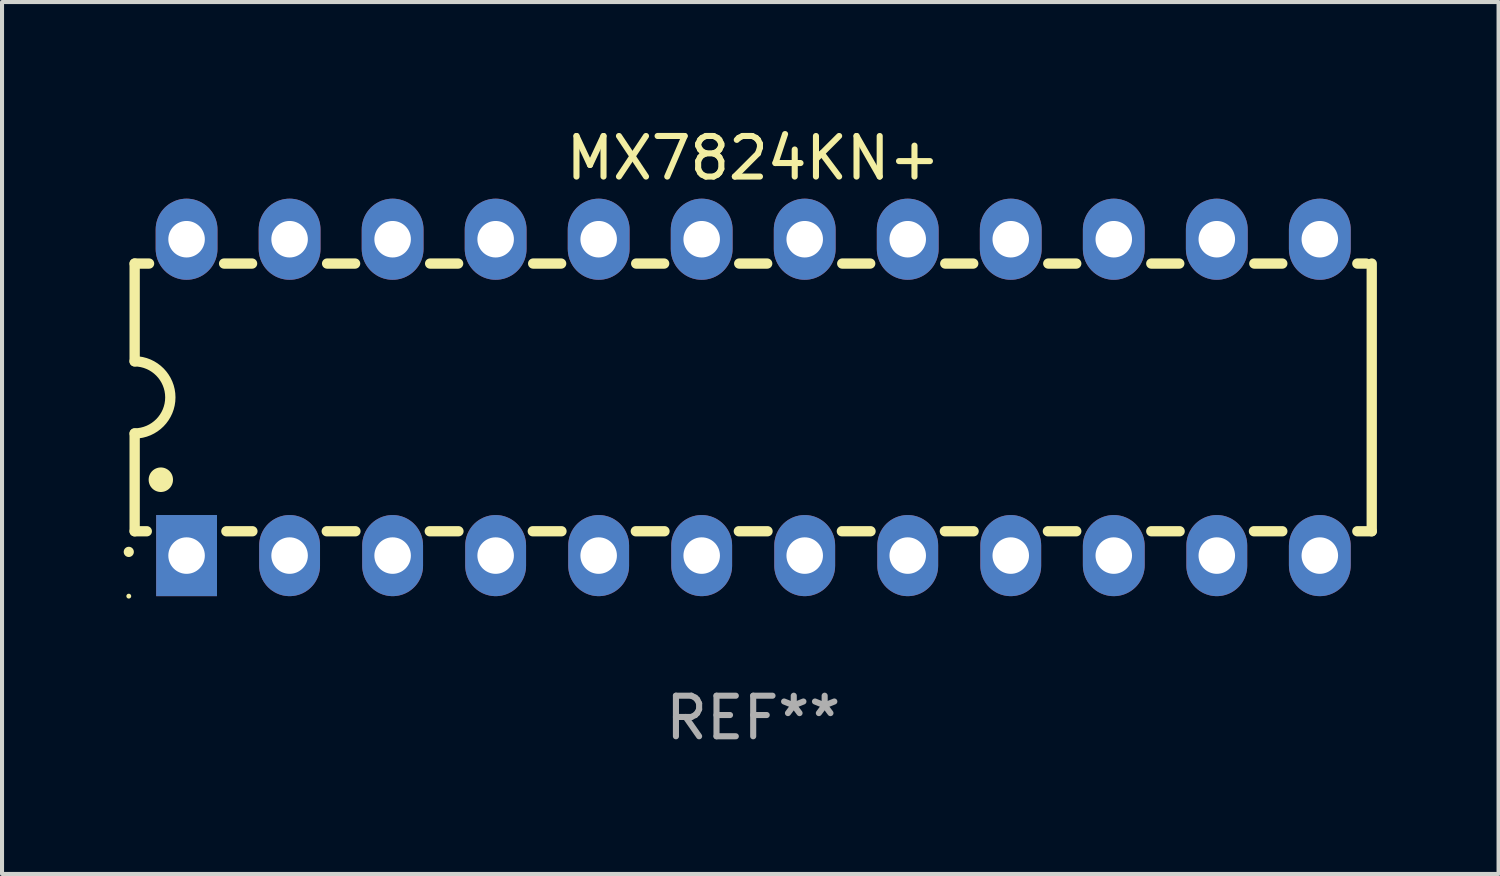
<source format=kicad_pcb>
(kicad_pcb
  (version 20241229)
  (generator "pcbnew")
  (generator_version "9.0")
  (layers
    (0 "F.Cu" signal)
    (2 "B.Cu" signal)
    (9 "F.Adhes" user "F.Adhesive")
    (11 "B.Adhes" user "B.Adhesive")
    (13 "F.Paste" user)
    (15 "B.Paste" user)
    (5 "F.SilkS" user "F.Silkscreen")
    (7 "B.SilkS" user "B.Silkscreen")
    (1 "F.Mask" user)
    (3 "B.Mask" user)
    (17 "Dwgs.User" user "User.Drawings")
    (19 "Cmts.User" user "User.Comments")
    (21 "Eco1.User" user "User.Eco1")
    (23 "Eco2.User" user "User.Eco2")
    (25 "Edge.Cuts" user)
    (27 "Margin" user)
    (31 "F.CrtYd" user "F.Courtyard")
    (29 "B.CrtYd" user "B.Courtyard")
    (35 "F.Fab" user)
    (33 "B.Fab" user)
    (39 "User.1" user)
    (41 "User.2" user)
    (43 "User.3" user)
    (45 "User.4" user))
  (footprint "MX7824KN+"
    (layer "F.Cu")
    (at 15.52 6.748)
    (property "Reference" "MX7824KN+" (at 0 -5.9 0) (layer "F.SilkS") (effects (font (size 1 1) (thickness 0.15))))
    (attr through_hole)
    (fp_line (start -15.25 -3.3) (end -15.25 -0.889) (stroke (width 0.254) (type solid)) (layer "F.SilkS"))
    (fp_line (start -15.25 -3.3) (end -14.895 -3.3) (stroke (width 0.254) (type solid)) (layer "F.SilkS"))
    (fp_line (start -15.25 3.3) (end -15.25 0.889) (stroke (width 0.254) (type solid)) (layer "F.SilkS"))
    (fp_line (start -15.25 3.3) (end -14.951 3.3) (stroke (width 0.254) (type solid)) (layer "F.SilkS"))
    (fp_line (start -13.045 -3.3) (end -12.355 -3.3) (stroke (width 0.254) (type solid)) (layer "F.SilkS"))
    (fp_line (start -12.989 3.3) (end -12.347 3.3) (stroke (width 0.254) (type solid)) (layer "F.SilkS"))
    (fp_line (start -10.514 3.3) (end -9.807 3.3) (stroke (width 0.254) (type solid)) (layer "F.SilkS"))
    (fp_line (start -10.505 -3.3) (end -9.815 -3.3) (stroke (width 0.254) (type solid)) (layer "F.SilkS"))
    (fp_line (start -7.974 3.3) (end -7.267 3.3) (stroke (width 0.254) (type solid)) (layer "F.SilkS"))
    (fp_line (start -7.965 -3.3) (end -7.275 -3.3) (stroke (width 0.254) (type solid)) (layer "F.SilkS"))
    (fp_line (start -5.434 3.3) (end -4.727 3.3) (stroke (width 0.254) (type solid)) (layer "F.SilkS"))
    (fp_line (start -5.425 -3.3) (end -4.735 -3.3) (stroke (width 0.254) (type solid)) (layer "F.SilkS"))
    (fp_line (start -2.894 3.3) (end -2.187 3.3) (stroke (width 0.254) (type solid)) (layer "F.SilkS"))
    (fp_line (start -2.885 -3.3) (end -2.195 -3.3) (stroke (width 0.254) (type solid)) (layer "F.SilkS"))
    (fp_line (start -0.354 3.3) (end 0.353 3.3) (stroke (width 0.254) (type solid)) (layer "F.SilkS"))
    (fp_line (start -0.345 -3.3) (end 0.345 -3.3) (stroke (width 0.254) (type solid)) (layer "F.SilkS"))
    (fp_line (start 2.186 3.3) (end 2.893 3.3) (stroke (width 0.254) (type solid)) (layer "F.SilkS"))
    (fp_line (start 2.195 -3.3) (end 2.885 -3.3) (stroke (width 0.254) (type solid)) (layer "F.SilkS"))
    (fp_line (start 4.726 3.3) (end 5.434 3.3) (stroke (width 0.254) (type solid)) (layer "F.SilkS"))
    (fp_line (start 4.735 -3.3) (end 5.425 -3.3) (stroke (width 0.254) (type solid)) (layer "F.SilkS"))
    (fp_line (start 7.266 3.3) (end 7.965 3.3) (stroke (width 0.254) (type solid)) (layer "F.SilkS"))
    (fp_line (start 7.275 -3.3) (end 7.965 -3.3) (stroke (width 0.254) (type solid)) (layer "F.SilkS"))
    (fp_line (start 9.815 -3.3) (end 10.505 -3.3) (stroke (width 0.254) (type solid)) (layer "F.SilkS"))
    (fp_line (start 9.815 3.3) (end 10.514 3.3) (stroke (width 0.254) (type solid)) (layer "F.SilkS"))
    (fp_line (start 12.346 3.3) (end 13.045 3.3) (stroke (width 0.254) (type solid)) (layer "F.SilkS"))
    (fp_line (start 12.355 -3.3) (end 13.045 -3.3) (stroke (width 0.254) (type solid)) (layer "F.SilkS"))
    (fp_line (start 14.895 -3.3) (end 15.113 -3.3) (stroke (width 0.254) (type solid)) (layer "F.SilkS"))
    (fp_line (start 14.895 3.3) (end 15.25 3.3) (stroke (width 0.254) (type solid)) (layer "F.SilkS"))
    (fp_line (start 15.25 -3.3) (end 15.25 3.3) (stroke (width 0.254) (type solid)) (layer "F.SilkS"))
    (fp_arc (start -15.394971 3.810033) (mid -15.394978 3.808763) (end -15.394971 3.807493) (stroke (width 0.25) (type solid)) (layer "F.SilkS"))
    (fp_arc (start -15.251053 -0.890146) (mid -14.361467 -0.001067) (end -15.250038 0.889027) (stroke (width 0.254001) (type solid)) (layer "F.SilkS"))
    (fp_arc (start -14.605029 2.032029) (mid -14.60504 2.029489) (end -14.605029 2.026949) (stroke (width 0.6) (type solid)) (layer "F.SilkS"))
    (fp_circle (center -15.395 4.9) (end -15.365 4.9) (stroke (width 0.06) (type solid)) (fill no) (layer "F.SilkS"))
    (fp_text user "REF**" (at 0 7.9 0) (layer "F.Fab") (effects (font (size 1 1) (thickness 0.15))))
    (pad "1" thru_hole rect (at -13.97 3.9 90) (size 2 1.5) (drill 0.9) (layers "*.Cu" "*.Mask"))
    (pad "2" thru_hole oval (at -11.43 3.9 90) (size 2 1.5) (drill 0.9) (layers "*.Cu" "*.Mask"))
    (pad "3" thru_hole oval (at -8.89 3.9 90) (size 2 1.5) (drill 0.9) (layers "*.Cu" "*.Mask"))
    (pad "4" thru_hole oval (at -6.35 3.9 90) (size 2 1.5) (drill 0.9) (layers "*.Cu" "*.Mask"))
    (pad "5" thru_hole oval (at -3.81 3.9 90) (size 2 1.5) (drill 0.9) (layers "*.Cu" "*.Mask"))
    (pad "6" thru_hole oval (at -1.27 3.9 90) (size 2 1.5) (drill 0.9) (layers "*.Cu" "*.Mask"))
    (pad "7" thru_hole oval (at 1.27 3.9 90) (size 2 1.5) (drill 0.9) (layers "*.Cu" "*.Mask"))
    (pad "8" thru_hole oval (at 3.81 3.9 90) (size 2 1.5) (drill 0.9) (layers "*.Cu" "*.Mask"))
    (pad "9" thru_hole oval (at 6.35 3.9 90) (size 2 1.5) (drill 0.9) (layers "*.Cu" "*.Mask"))
    (pad "10" thru_hole oval (at 8.89 3.9 90) (size 2 1.524) (drill 0.9) (layers "*.Cu" "*.Mask"))
    (pad "11" thru_hole oval (at 11.43 3.9 90) (size 2 1.5) (drill 0.9) (layers "*.Cu" "*.Mask"))
    (pad "12" thru_hole oval (at 13.97 3.9 90) (size 2 1.524) (drill 0.9) (layers "*.Cu" "*.Mask"))
    (pad "13" thru_hole oval (at 13.97 -3.9 90) (size 2 1.524) (drill 0.9) (layers "*.Cu" "*.Mask"))
    (pad "14" thru_hole oval (at 11.43 -3.9 90) (size 2 1.524) (drill 0.9) (layers "*.Cu" "*.Mask"))
    (pad "15" thru_hole oval (at 8.89 -3.9 90) (size 2 1.524) (drill 0.9) (layers "*.Cu" "*.Mask"))
    (pad "16" thru_hole oval (at 6.35 -3.9 90) (size 2 1.524) (drill 0.9) (layers "*.Cu" "*.Mask"))
    (pad "17" thru_hole oval (at 3.81 -3.9 90) (size 2 1.524) (drill 0.9) (layers "*.Cu" "*.Mask"))
    (pad "18" thru_hole oval (at 1.27 -3.9 90) (size 2 1.524) (drill 0.9) (layers "*.Cu" "*.Mask"))
    (pad "19" thru_hole oval (at -1.27 -3.9 90) (size 2 1.524) (drill 0.9) (layers "*.Cu" "*.Mask"))
    (pad "20" thru_hole oval (at -3.81 -3.9 90) (size 2 1.524) (drill 0.9) (layers "*.Cu" "*.Mask"))
    (pad "21" thru_hole oval (at -6.35 -3.9 90) (size 2 1.524) (drill 0.9) (layers "*.Cu" "*.Mask"))
    (pad "22" thru_hole oval (at -8.89 -3.9 90) (size 2 1.524) (drill 0.9) (layers "*.Cu" "*.Mask"))
    (pad "23" thru_hole oval (at -11.43 -3.9 90) (size 2 1.524) (drill 0.9) (layers "*.Cu" "*.Mask"))
    (pad "24" thru_hole oval (at -13.97 -3.9 90) (size 2 1.524) (drill 0.9) (layers "*.Cu" "*.Mask")))
  (gr_rect
    (start -3 -3)
    (end 33.897 18.497)
    (stroke (width 0.1) (type default))
    (fill no)
    (layer "Edge.Cuts")))
</source>
